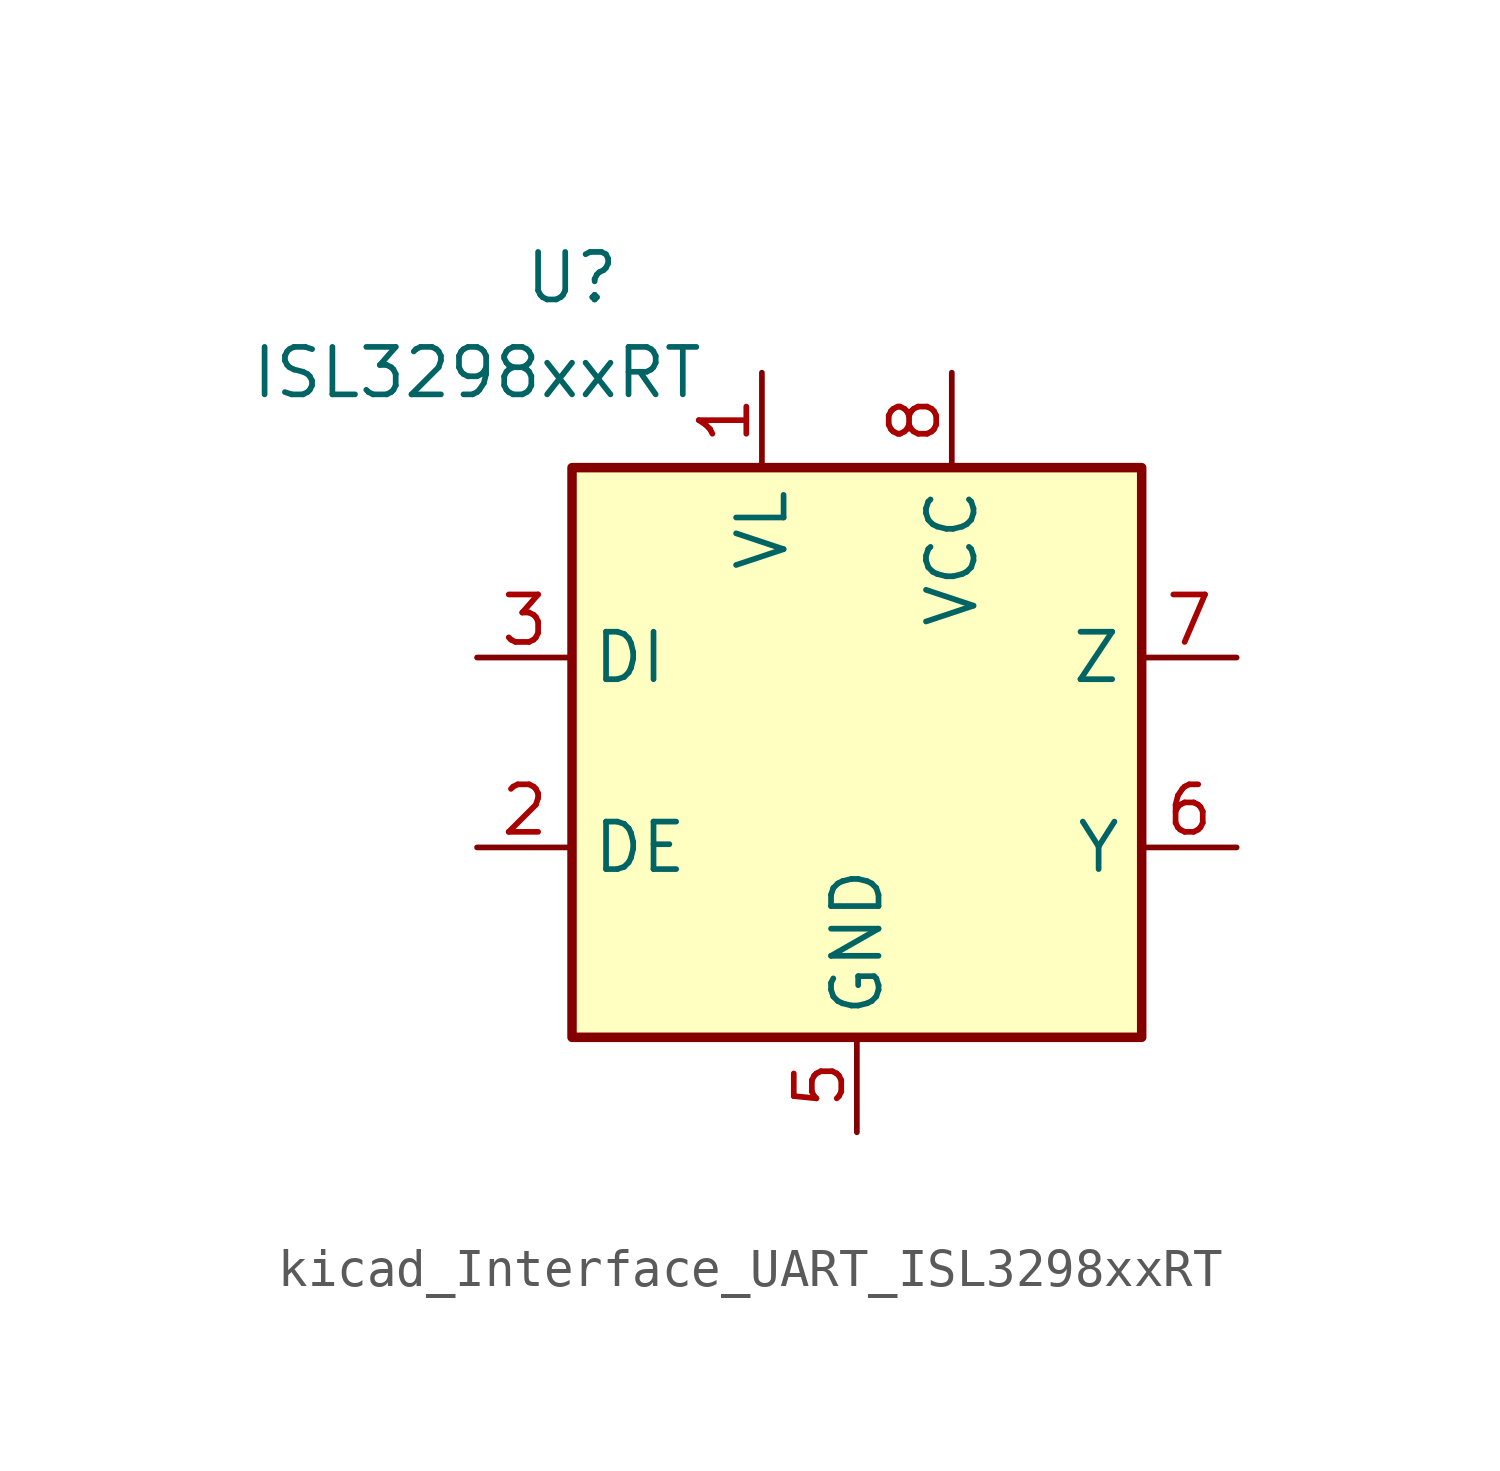
<source format=kicad_sym>
(kicad_symbol_lib
  (version 20220914)
  (generator kicad_symbol_editor)
  (symbol "kicad_Interface_UART_ISL3298xxRT"
    (property "Reference" "U"
      (at -7.62 12.7 0)
      (effects (font (size 1.27 1.27))))
    (property "Value" "ISL3298xxRT"
      (at -10.16 10.16 0)
      (effects (font (size 1.27 1.27))))
    (symbol "kicad_Interface_UART_ISL3298xxRT_0_1"
      (polyline (pts (xy -7.62 7.62) (xy 7.62 7.62) (xy 7.62 -7.62) (xy -7.62 -7.62) (xy -7.62 7.62)) (stroke (width 0.254) (type default)) (fill (type background))))
    (symbol "kicad_Interface_UART_ISL3298xxRT_1_1"
      (pin power_in line (at -2.54 10.16 270) (length 2.54) (name "VL" (effects (font (size 1.27 1.27)))) (number "1" (effects (font (size 1.27 1.27)))))
      (pin input line (at -10.16 -2.54 0) (length 2.54) (name "DE" (effects (font (size 1.27 1.27)))) (number "2" (effects (font (size 1.27 1.27)))))
      (pin input line (at -10.16 2.54 0) (length 2.54) (name "DI" (effects (font (size 1.27 1.27)))) (number "3" (effects (font (size 1.27 1.27)))))
      (pin passive line (at 0 -10.16 90) (length 2.54) hide (name "GND" (effects (font (size 1.27 1.27)))) (number "4" (effects (font (size 1.27 1.27)))))
      (pin power_in line (at 0 -10.16 90) (length 2.54) (name "GND" (effects (font (size 1.27 1.27)))) (number "5" (effects (font (size 1.27 1.27)))))
      (pin output line (at 10.16 -2.54 180) (length 2.54) (name "Y" (effects (font (size 1.27 1.27)))) (number "6" (effects (font (size 1.27 1.27)))))
      (pin output line (at 10.16 2.54 180) (length 2.54) (name "Z" (effects (font (size 1.27 1.27)))) (number "7" (effects (font (size 1.27 1.27)))))
      (pin power_in line (at 2.54 10.16 270) (length 2.54) (name "VCC" (effects (font (size 1.27 1.27)))) (number "8" (effects (font (size 1.27 1.27)))))
      (pin passive line (at 0 -10.16 90) (length 2.54) hide (name "GND" (effects (font (size 1.27 1.27)))) (number "9" (effects (font (size 1.27 1.27))))))))
</source>
